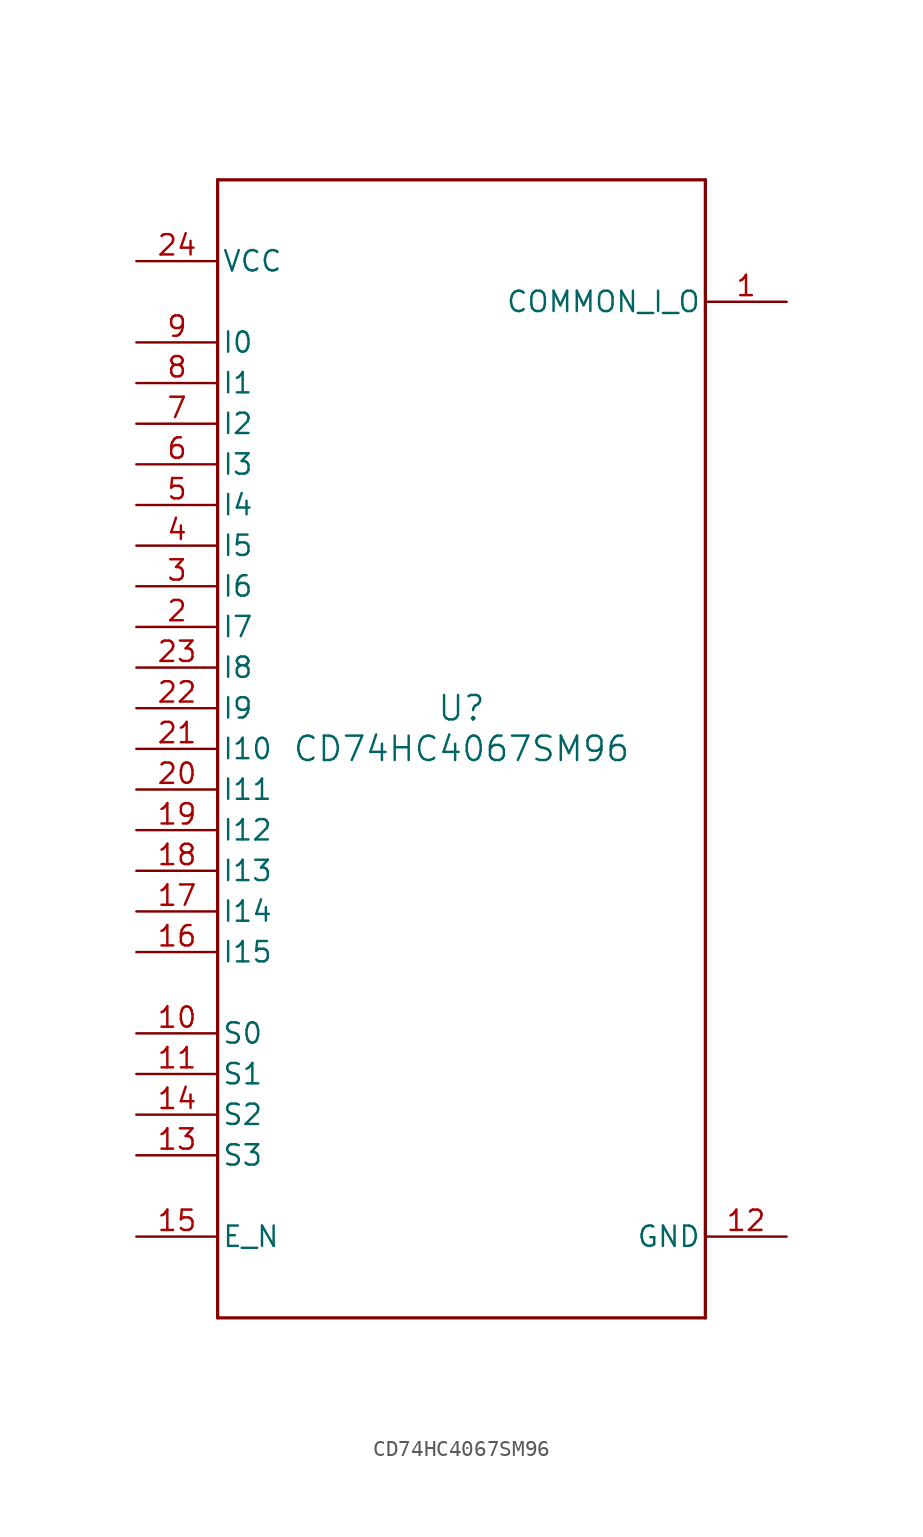
<source format=kicad_sym>
(kicad_symbol_lib
  (version 20211014)
  (generator kicad_symbol_editor)
  (symbol "CD74HC4067SM96"
    (pin_names
      (offset 0.254))
    (property "Reference" "U"
      (at 0 2.54 0)
      (effects (font (size 1.524 1.524))))
    (property "Value" "CD74HC4067SM96"
      (at 0 0 0)
      (effects (font (size 1.524 1.524))))
    (symbol "CD74HC4067SM96_0_1"
      (polyline (pts (xy -15.24 -35.56) (xy 15.24 -35.56)) (stroke (width 0.203) (type default) (color 0 0 0 0)) (fill (type none)))
      (polyline (pts (xy 15.24 -35.56) (xy 15.24 35.56)) (stroke (width 0.203) (type default) (color 0 0 0 0)) (fill (type none)))
      (polyline (pts (xy 15.24 35.56) (xy -15.24 35.56)) (stroke (width 0.203) (type default) (color 0 0 0 0)) (fill (type none)))
      (polyline (pts (xy -15.24 35.56) (xy -15.24 -35.56)) (stroke (width 0.203) (type default) (color 0 0 0 0)) (fill (type none)))
      (pin bidirectional line (at 20.32 27.94 180) (length 5.08) (name "COMMON I_O" (effects (font (size 1.27 1.27)))) (number "1" (effects (font (size 1.27 1.27)))))
      (pin input line (at -20.32 7.62 0) (length 5.08) (name "I7" (effects (font (size 1.27 1.27)))) (number "2" (effects (font (size 1.27 1.27)))))
      (pin input line (at -20.32 10.16 0) (length 5.08) (name "I6" (effects (font (size 1.27 1.27)))) (number "3" (effects (font (size 1.27 1.27)))))
      (pin input line (at -20.32 12.7 0) (length 5.08) (name "I5" (effects (font (size 1.27 1.27)))) (number "4" (effects (font (size 1.27 1.27)))))
      (pin input line (at -20.32 15.24 0) (length 5.08) (name "I4" (effects (font (size 1.27 1.27)))) (number "5" (effects (font (size 1.27 1.27)))))
      (pin input line (at -20.32 17.78 0) (length 5.08) (name "I3" (effects (font (size 1.27 1.27)))) (number "6" (effects (font (size 1.27 1.27)))))
      (pin input line (at -20.32 20.32 0) (length 5.08) (name "I2" (effects (font (size 1.27 1.27)))) (number "7" (effects (font (size 1.27 1.27)))))
      (pin input line (at -20.32 22.86 0) (length 5.08) (name "I1" (effects (font (size 1.27 1.27)))) (number "8" (effects (font (size 1.27 1.27)))))
      (pin input line (at -20.32 25.4 0) (length 5.08) (name "I0" (effects (font (size 1.27 1.27)))) (number "9" (effects (font (size 1.27 1.27)))))
      (pin input line (at -20.32 -17.78 0) (length 5.08) (name "S0" (effects (font (size 1.27 1.27)))) (number "10" (effects (font (size 1.27 1.27)))))
      (pin input line (at -20.32 -20.32 0) (length 5.08) (name "S1" (effects (font (size 1.27 1.27)))) (number "11" (effects (font (size 1.27 1.27)))))
      (pin power_in line (at 20.32 -30.48 180) (length 5.08) (name "GND" (effects (font (size 1.27 1.27)))) (number "12" (effects (font (size 1.27 1.27)))))
      (pin input line (at -20.32 -25.4 0) (length 5.08) (name "S3" (effects (font (size 1.27 1.27)))) (number "13" (effects (font (size 1.27 1.27)))))
      (pin input line (at -20.32 -22.86 0) (length 5.08) (name "S2" (effects (font (size 1.27 1.27)))) (number "14" (effects (font (size 1.27 1.27)))))
      (pin input line (at -20.32 -30.48 0) (length 5.08) (name "E_N" (effects (font (size 1.27 1.27)))) (number "15" (effects (font (size 1.27 1.27)))))
      (pin input line (at -20.32 -12.7 0) (length 5.08) (name "I15" (effects (font (size 1.27 1.27)))) (number "16" (effects (font (size 1.27 1.27)))))
      (pin input line (at -20.32 -10.16 0) (length 5.08) (name "I14" (effects (font (size 1.27 1.27)))) (number "17" (effects (font (size 1.27 1.27)))))
      (pin input line (at -20.32 -7.62 0) (length 5.08) (name "I13" (effects (font (size 1.27 1.27)))) (number "18" (effects (font (size 1.27 1.27)))))
      (pin input line (at -20.32 -5.08 0) (length 5.08) (name "I12" (effects (font (size 1.27 1.27)))) (number "19" (effects (font (size 1.27 1.27)))))
      (pin input line (at -20.32 -2.54 0) (length 5.08) (name "I11" (effects (font (size 1.27 1.27)))) (number "20" (effects (font (size 1.27 1.27)))))
      (pin input line (at -20.32 0 0) (length 5.08) (name "I10" (effects (font (size 1.27 1.27)))) (number "21" (effects (font (size 1.27 1.27)))))
      (pin input line (at -20.32 2.54 0) (length 5.08) (name "I9" (effects (font (size 1.27 1.27)))) (number "22" (effects (font (size 1.27 1.27)))))
      (pin input line (at -20.32 5.08 0) (length 5.08) (name "I8" (effects (font (size 1.27 1.27)))) (number "23" (effects (font (size 1.27 1.27)))))
      (pin power_in line (at -20.32 30.48 0) (length 5.08) (name "VCC" (effects (font (size 1.27 1.27)))) (number "24" (effects (font (size 1.27 1.27))))))))
</source>
